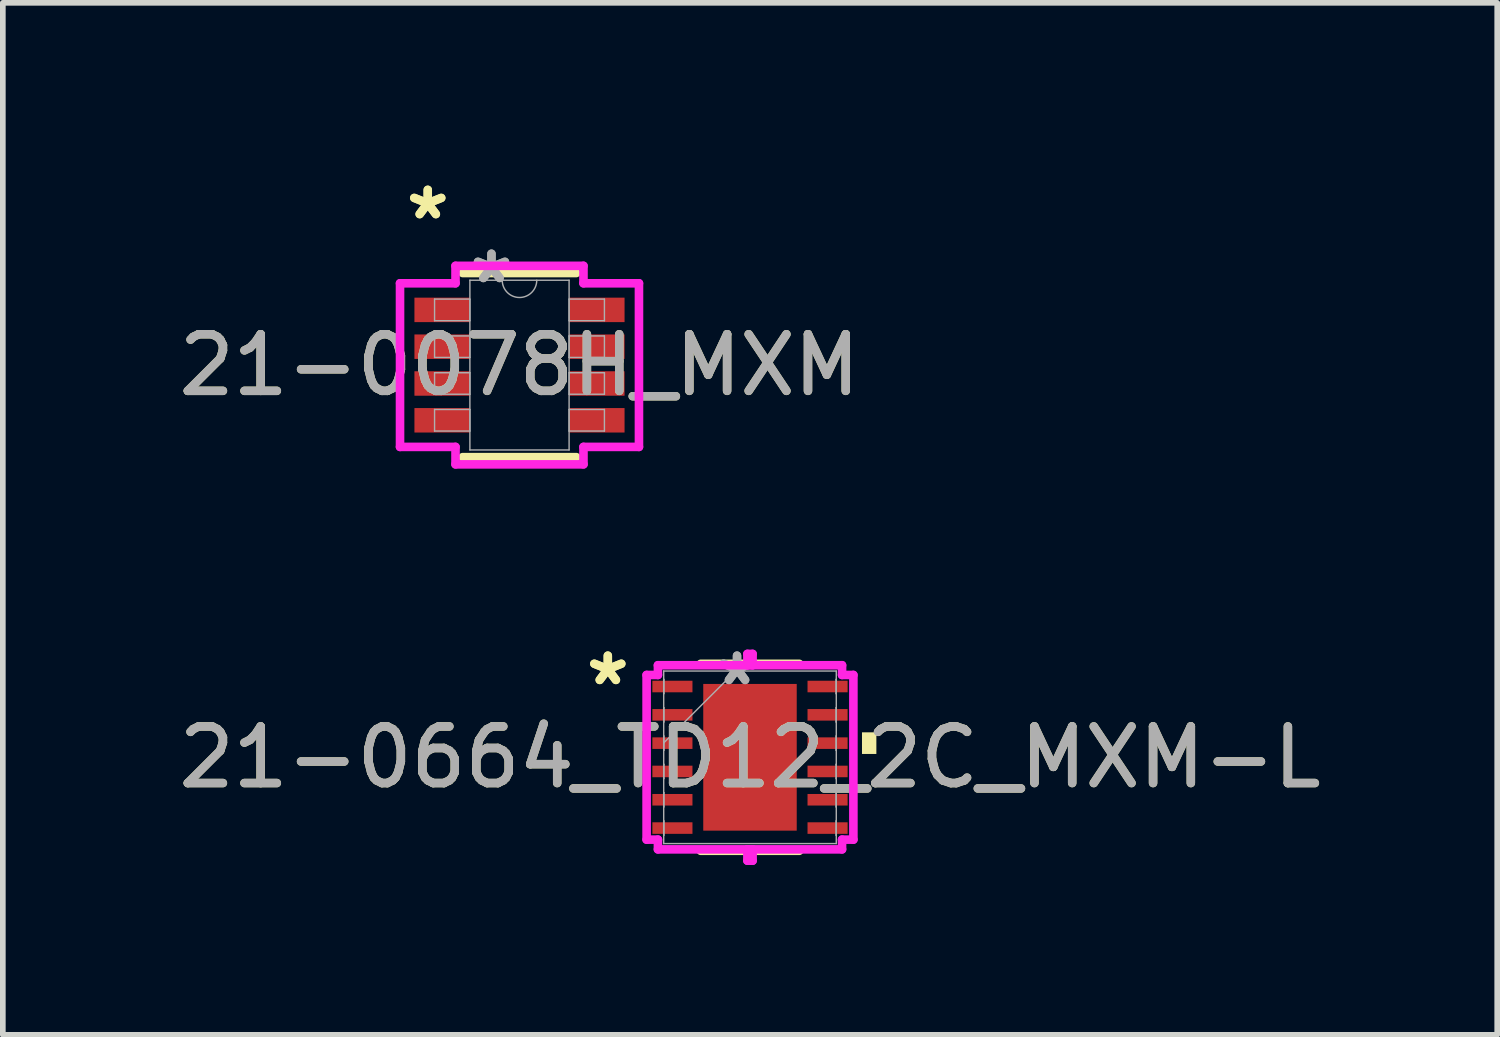
<source format=kicad_pcb>
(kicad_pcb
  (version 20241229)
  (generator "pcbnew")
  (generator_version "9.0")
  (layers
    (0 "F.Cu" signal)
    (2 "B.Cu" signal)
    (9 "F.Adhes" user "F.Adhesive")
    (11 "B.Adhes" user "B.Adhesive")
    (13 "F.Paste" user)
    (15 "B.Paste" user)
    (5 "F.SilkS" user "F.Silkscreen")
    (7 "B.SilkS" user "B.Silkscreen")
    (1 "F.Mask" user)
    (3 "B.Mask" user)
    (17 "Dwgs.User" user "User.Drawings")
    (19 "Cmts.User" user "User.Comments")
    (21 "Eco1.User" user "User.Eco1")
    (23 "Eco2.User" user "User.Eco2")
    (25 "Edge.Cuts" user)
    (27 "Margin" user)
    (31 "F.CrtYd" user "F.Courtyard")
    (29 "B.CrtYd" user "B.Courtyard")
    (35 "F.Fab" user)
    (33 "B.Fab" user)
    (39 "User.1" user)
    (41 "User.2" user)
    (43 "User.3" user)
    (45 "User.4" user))
  (footprint "21-0664_TD12_2C_MXM-L"
    (layer "F.Cu")
    (at 10.196 10.325)
    (property "Reference" "21-0664_TD12_2C_MXM-L" (at 0 0 0) (unlocked yes) (layer "F.SilkS") (effects (font (size 1 1) (thickness 0.15))))
    (attr smd)
    (fp_line (start -0.87 1.651) (end 0.87 1.651) (stroke (width 0.152) (type solid)) (layer "F.SilkS"))
    (fp_line (start 0.87 -1.651) (end -0.87 -1.651) (stroke (width 0.152) (type solid)) (layer "F.SilkS"))
    (fp_poly (pts (xy 2.232 -0.441) (xy 2.232 -0.059) (xy 1.978 -0.059) (xy 1.978 -0.441)) (stroke (width 0) (type solid)) (fill yes) (layer "F.SilkS"))
    (fp_line (start -1.826 -1.454) (end -1.626 -1.454) (stroke (width 0.152) (type solid)) (layer "F.CrtYd"))
    (fp_line (start -1.826 1.454) (end -1.826 -1.454) (stroke (width 0.152) (type solid)) (layer "F.CrtYd"))
    (fp_line (start -1.626 -1.626) (end 0.046 -1.626) (stroke (width 0.152) (type solid)) (layer "F.CrtYd"))
    (fp_line (start -1.626 -1.454) (end -1.626 -1.626) (stroke (width 0.152) (type solid)) (layer "F.CrtYd"))
    (fp_line (start -1.626 1.454) (end -1.826 1.454) (stroke (width 0.152) (type solid)) (layer "F.CrtYd"))
    (fp_line (start -1.626 1.626) (end -1.626 1.454) (stroke (width 0.152) (type solid)) (layer "F.CrtYd"))
    (fp_line (start -0.046 -1.826) (end -0.046 -1.626) (stroke (width 0.152) (type solid)) (layer "F.CrtYd"))
    (fp_line (start -0.046 -1.626) (end 1.626 -1.626) (stroke (width 0.152) (type solid)) (layer "F.CrtYd"))
    (fp_line (start -0.046 1.626) (end -0.046 1.826) (stroke (width 0.152) (type solid)) (layer "F.CrtYd"))
    (fp_line (start -0.046 1.826) (end 0.046 1.826) (stroke (width 0.152) (type solid)) (layer "F.CrtYd"))
    (fp_line (start 0.046 -1.826) (end -0.046 -1.826) (stroke (width 0.152) (type solid)) (layer "F.CrtYd"))
    (fp_line (start 0.046 -1.626) (end 0.046 -1.826) (stroke (width 0.152) (type solid)) (layer "F.CrtYd"))
    (fp_line (start 0.046 1.626) (end -1.626 1.626) (stroke (width 0.152) (type solid)) (layer "F.CrtYd"))
    (fp_line (start 0.046 1.826) (end 0.046 1.626) (stroke (width 0.152) (type solid)) (layer "F.CrtYd"))
    (fp_line (start 1.626 -1.626) (end 1.626 -1.454) (stroke (width 0.152) (type solid)) (layer "F.CrtYd"))
    (fp_line (start 1.626 -1.454) (end 1.826 -1.454) (stroke (width 0.152) (type solid)) (layer "F.CrtYd"))
    (fp_line (start 1.626 1.454) (end 1.626 1.626) (stroke (width 0.152) (type solid)) (layer "F.CrtYd"))
    (fp_line (start 1.626 1.626) (end -0.046 1.626) (stroke (width 0.152) (type solid)) (layer "F.CrtYd"))
    (fp_line (start 1.826 -1.454) (end 1.826 1.454) (stroke (width 0.152) (type solid)) (layer "F.CrtYd"))
    (fp_line (start 1.826 1.454) (end 1.626 1.454) (stroke (width 0.152) (type solid)) (layer "F.CrtYd"))
    (fp_line (start -1.524 -1.524) (end -1.524 1.524) (stroke (width 0.025) (type solid)) (layer "F.Fab"))
    (fp_line (start -1.524 -1.377) (end -1.524 -1.377) (stroke (width 0.025) (type solid)) (layer "F.Fab"))
    (fp_line (start -1.524 -1.377) (end -1.524 -1.123) (stroke (width 0.025) (type solid)) (layer "F.Fab"))
    (fp_line (start -1.524 -1.123) (end -1.524 -1.377) (stroke (width 0.025) (type solid)) (layer "F.Fab"))
    (fp_line (start -1.524 -1.123) (end -1.524 -1.123) (stroke (width 0.025) (type solid)) (layer "F.Fab"))
    (fp_line (start -1.524 -0.877) (end -1.524 -0.877) (stroke (width 0.025) (type solid)) (layer "F.Fab"))
    (fp_line (start -1.524 -0.877) (end -1.524 -0.623) (stroke (width 0.025) (type solid)) (layer "F.Fab"))
    (fp_line (start -1.524 -0.623) (end -1.524 -0.877) (stroke (width 0.025) (type solid)) (layer "F.Fab"))
    (fp_line (start -1.524 -0.623) (end -1.524 -0.623) (stroke (width 0.025) (type solid)) (layer "F.Fab"))
    (fp_line (start -1.524 -0.377) (end -1.524 -0.377) (stroke (width 0.025) (type solid)) (layer "F.Fab"))
    (fp_line (start -1.524 -0.377) (end -1.524 -0.123) (stroke (width 0.025) (type solid)) (layer "F.Fab"))
    (fp_line (start -1.524 -0.254) (end -0.254 -1.524) (stroke (width 0.025) (type solid)) (layer "F.Fab"))
    (fp_line (start -1.524 -0.123) (end -1.524 -0.377) (stroke (width 0.025) (type solid)) (layer "F.Fab"))
    (fp_line (start -1.524 -0.123) (end -1.524 -0.123) (stroke (width 0.025) (type solid)) (layer "F.Fab"))
    (fp_line (start -1.524 0.123) (end -1.524 0.123) (stroke (width 0.025) (type solid)) (layer "F.Fab"))
    (fp_line (start -1.524 0.123) (end -1.524 0.377) (stroke (width 0.025) (type solid)) (layer "F.Fab"))
    (fp_line (start -1.524 0.377) (end -1.524 0.123) (stroke (width 0.025) (type solid)) (layer "F.Fab"))
    (fp_line (start -1.524 0.377) (end -1.524 0.377) (stroke (width 0.025) (type solid)) (layer "F.Fab"))
    (fp_line (start -1.524 0.623) (end -1.524 0.623) (stroke (width 0.025) (type solid)) (layer "F.Fab"))
    (fp_line (start -1.524 0.623) (end -1.524 0.877) (stroke (width 0.025) (type solid)) (layer "F.Fab"))
    (fp_line (start -1.524 0.877) (end -1.524 0.623) (stroke (width 0.025) (type solid)) (layer "F.Fab"))
    (fp_line (start -1.524 0.877) (end -1.524 0.877) (stroke (width 0.025) (type solid)) (layer "F.Fab"))
    (fp_line (start -1.524 1.123) (end -1.524 1.123) (stroke (width 0.025) (type solid)) (layer "F.Fab"))
    (fp_line (start -1.524 1.123) (end -1.524 1.377) (stroke (width 0.025) (type solid)) (layer "F.Fab"))
    (fp_line (start -1.524 1.377) (end -1.524 1.123) (stroke (width 0.025) (type solid)) (layer "F.Fab"))
    (fp_line (start -1.524 1.377) (end -1.524 1.377) (stroke (width 0.025) (type solid)) (layer "F.Fab"))
    (fp_line (start -1.524 1.524) (end 1.524 1.524) (stroke (width 0.025) (type solid)) (layer "F.Fab"))
    (fp_line (start 1.524 -1.524) (end -1.524 -1.524) (stroke (width 0.025) (type solid)) (layer "F.Fab"))
    (fp_line (start 1.524 -1.377) (end 1.524 -1.377) (stroke (width 0.025) (type solid)) (layer "F.Fab"))
    (fp_line (start 1.524 -1.377) (end 1.524 -1.123) (stroke (width 0.025) (type solid)) (layer "F.Fab"))
    (fp_line (start 1.524 -1.123) (end 1.524 -1.377) (stroke (width 0.025) (type solid)) (layer "F.Fab"))
    (fp_line (start 1.524 -1.123) (end 1.524 -1.123) (stroke (width 0.025) (type solid)) (layer "F.Fab"))
    (fp_line (start 1.524 -0.877) (end 1.524 -0.877) (stroke (width 0.025) (type solid)) (layer "F.Fab"))
    (fp_line (start 1.524 -0.877) (end 1.524 -0.623) (stroke (width 0.025) (type solid)) (layer "F.Fab"))
    (fp_line (start 1.524 -0.623) (end 1.524 -0.877) (stroke (width 0.025) (type solid)) (layer "F.Fab"))
    (fp_line (start 1.524 -0.623) (end 1.524 -0.623) (stroke (width 0.025) (type solid)) (layer "F.Fab"))
    (fp_line (start 1.524 -0.377) (end 1.524 -0.377) (stroke (width 0.025) (type solid)) (layer "F.Fab"))
    (fp_line (start 1.524 -0.377) (end 1.524 -0.123) (stroke (width 0.025) (type solid)) (layer "F.Fab"))
    (fp_line (start 1.524 -0.123) (end 1.524 -0.377) (stroke (width 0.025) (type solid)) (layer "F.Fab"))
    (fp_line (start 1.524 -0.123) (end 1.524 -0.123) (stroke (width 0.025) (type solid)) (layer "F.Fab"))
    (fp_line (start 1.524 0.123) (end 1.524 0.123) (stroke (width 0.025) (type solid)) (layer "F.Fab"))
    (fp_line (start 1.524 0.123) (end 1.524 0.377) (stroke (width 0.025) (type solid)) (layer "F.Fab"))
    (fp_line (start 1.524 0.377) (end 1.524 0.123) (stroke (width 0.025) (type solid)) (layer "F.Fab"))
    (fp_line (start 1.524 0.377) (end 1.524 0.377) (stroke (width 0.025) (type solid)) (layer "F.Fab"))
    (fp_line (start 1.524 0.623) (end 1.524 0.623) (stroke (width 0.025) (type solid)) (layer "F.Fab"))
    (fp_line (start 1.524 0.623) (end 1.524 0.877) (stroke (width 0.025) (type solid)) (layer "F.Fab"))
    (fp_line (start 1.524 0.877) (end 1.524 0.623) (stroke (width 0.025) (type solid)) (layer "F.Fab"))
    (fp_line (start 1.524 0.877) (end 1.524 0.877) (stroke (width 0.025) (type solid)) (layer "F.Fab"))
    (fp_line (start 1.524 1.123) (end 1.524 1.123) (stroke (width 0.025) (type solid)) (layer "F.Fab"))
    (fp_line (start 1.524 1.123) (end 1.524 1.377) (stroke (width 0.025) (type solid)) (layer "F.Fab"))
    (fp_line (start 1.524 1.377) (end 1.524 1.123) (stroke (width 0.025) (type solid)) (layer "F.Fab"))
    (fp_line (start 1.524 1.377) (end 1.524 1.377) (stroke (width 0.025) (type solid)) (layer "F.Fab"))
    (fp_line (start 1.524 1.524) (end 1.524 -1.524) (stroke (width 0.025) (type solid)) (layer "F.Fab"))
    (fp_text user "*" (at -2.511 -1.25 0) (unlocked yes) (layer "F.SilkS") (effects (font (size 1 1) (thickness 0.15))))
    (fp_text user "*" (at -2.511 -1.25 0) (layer "F.SilkS") (effects (font (size 1 1) (thickness 0.15))))
    (fp_text user "${REFERENCE}" (at 0 0 0) (unlocked yes) (layer "F.Fab") (effects (font (size 1 1) (thickness 0.15))))
    (fp_text user "*" (at -0.229 -1.25 0) (unlocked yes) (layer "F.Fab") (effects (font (size 1 1) (thickness 0.15))))
    (fp_text user "*" (at -0.229 -1.25 0) (layer "F.Fab") (effects (font (size 1 1) (thickness 0.15))))
    (pad "1" smd rect (at -1.37 -1.25 90) (size 0.204 0.708) (layers "F.Cu" "F.Mask" "F.Paste"))
    (pad "2" smd rect (at -1.37 -0.75 90) (size 0.204 0.708) (layers "F.Cu" "F.Mask" "F.Paste"))
    (pad "3" smd rect (at -1.37 -0.25 90) (size 0.204 0.708) (layers "F.Cu" "F.Mask" "F.Paste"))
    (pad "4" smd rect (at -1.37 0.25 90) (size 0.204 0.708) (layers "F.Cu" "F.Mask" "F.Paste"))
    (pad "5" smd rect (at -1.37 0.75 90) (size 0.204 0.708) (layers "F.Cu" "F.Mask" "F.Paste"))
    (pad "6" smd rect (at -1.37 1.25 90) (size 0.204 0.708) (layers "F.Cu" "F.Mask" "F.Paste"))
    (pad "7" smd rect (at 1.37 1.25 90) (size 0.204 0.708) (layers "F.Cu" "F.Mask" "F.Paste"))
    (pad "8" smd rect (at 1.37 0.75 90) (size 0.204 0.708) (layers "F.Cu" "F.Mask" "F.Paste"))
    (pad "9" smd rect (at 1.37 0.25 90) (size 0.204 0.708) (layers "F.Cu" "F.Mask" "F.Paste"))
    (pad "10" smd rect (at 1.37 -0.25 90) (size 0.204 0.708) (layers "F.Cu" "F.Mask" "F.Paste"))
    (pad "11" smd rect (at 1.37 -0.75 90) (size 0.204 0.708) (layers "F.Cu" "F.Mask" "F.Paste"))
    (pad "12" smd rect (at 1.37 -1.25 90) (size 0.204 0.708) (layers "F.Cu" "F.Mask" "F.Paste"))
    (pad "13" smd rect (at 0 0) (size 1.651 2.591) (layers "F.Cu" "F.Mask" "F.Paste")))
  (footprint "21-0078H_MXM"
    (layer "F.Cu")
    (at 6.125 3.398)
    (property "Reference" "21-0078H_MXM" (at 0 0 0) (unlocked yes) (layer "F.SilkS") (effects (font (size 1 1) (thickness 0.15))))
    (attr smd)
    (fp_line (start -1.003 1.626) (end 1.003 1.626) (stroke (width 0.152) (type solid)) (layer "F.SilkS"))
    (fp_line (start 1.003 -1.626) (end -1.003 -1.626) (stroke (width 0.152) (type solid)) (layer "F.SilkS"))
    (fp_line (start -2.11 -1.445) (end -1.13 -1.445) (stroke (width 0.152) (type solid)) (layer "F.CrtYd"))
    (fp_line (start -2.11 1.445) (end -2.11 -1.445) (stroke (width 0.152) (type solid)) (layer "F.CrtYd"))
    (fp_line (start -2.11 1.445) (end -1.13 1.445) (stroke (width 0.152) (type solid)) (layer "F.CrtYd"))
    (fp_line (start -1.13 -1.753) (end 1.13 -1.753) (stroke (width 0.152) (type solid)) (layer "F.CrtYd"))
    (fp_line (start -1.13 -1.445) (end -1.13 -1.753) (stroke (width 0.152) (type solid)) (layer "F.CrtYd"))
    (fp_line (start -1.13 1.753) (end -1.13 1.445) (stroke (width 0.152) (type solid)) (layer "F.CrtYd"))
    (fp_line (start 1.13 -1.753) (end 1.13 -1.445) (stroke (width 0.152) (type solid)) (layer "F.CrtYd"))
    (fp_line (start 1.13 1.445) (end 1.13 1.753) (stroke (width 0.152) (type solid)) (layer "F.CrtYd"))
    (fp_line (start 1.13 1.753) (end -1.13 1.753) (stroke (width 0.152) (type solid)) (layer "F.CrtYd"))
    (fp_line (start 2.11 -1.445) (end 1.13 -1.445) (stroke (width 0.152) (type solid)) (layer "F.CrtYd"))
    (fp_line (start 2.11 -1.445) (end 2.11 1.445) (stroke (width 0.152) (type solid)) (layer "F.CrtYd"))
    (fp_line (start 2.11 1.445) (end 1.13 1.445) (stroke (width 0.152) (type solid)) (layer "F.CrtYd"))
    (fp_line (start -1.5 -1.165) (end -1.5 -0.784) (stroke (width 0.025) (type solid)) (layer "F.Fab"))
    (fp_line (start -1.5 -0.784) (end -0.876 -0.784) (stroke (width 0.025) (type solid)) (layer "F.Fab"))
    (fp_line (start -1.5 -0.515) (end -1.5 -0.135) (stroke (width 0.025) (type solid)) (layer "F.Fab"))
    (fp_line (start -1.5 -0.135) (end -0.876 -0.135) (stroke (width 0.025) (type solid)) (layer "F.Fab"))
    (fp_line (start -1.5 0.135) (end -1.5 0.515) (stroke (width 0.025) (type solid)) (layer "F.Fab"))
    (fp_line (start -1.5 0.515) (end -0.876 0.515) (stroke (width 0.025) (type solid)) (layer "F.Fab"))
    (fp_line (start -1.5 0.784) (end -1.5 1.165) (stroke (width 0.025) (type solid)) (layer "F.Fab"))
    (fp_line (start -1.5 1.165) (end -0.876 1.165) (stroke (width 0.025) (type solid)) (layer "F.Fab"))
    (fp_line (start -0.876 -1.499) (end -0.876 1.499) (stroke (width 0.025) (type solid)) (layer "F.Fab"))
    (fp_line (start -0.876 -1.165) (end -1.5 -1.165) (stroke (width 0.025) (type solid)) (layer "F.Fab"))
    (fp_line (start -0.876 -0.784) (end -0.876 -1.165) (stroke (width 0.025) (type solid)) (layer "F.Fab"))
    (fp_line (start -0.876 -0.515) (end -1.5 -0.515) (stroke (width 0.025) (type solid)) (layer "F.Fab"))
    (fp_line (start -0.876 -0.135) (end -0.876 -0.515) (stroke (width 0.025) (type solid)) (layer "F.Fab"))
    (fp_line (start -0.876 0.135) (end -1.5 0.135) (stroke (width 0.025) (type solid)) (layer "F.Fab"))
    (fp_line (start -0.876 0.515) (end -0.876 0.135) (stroke (width 0.025) (type solid)) (layer "F.Fab"))
    (fp_line (start -0.876 0.784) (end -1.5 0.784) (stroke (width 0.025) (type solid)) (layer "F.Fab"))
    (fp_line (start -0.876 1.165) (end -0.876 0.784) (stroke (width 0.025) (type solid)) (layer "F.Fab"))
    (fp_line (start -0.876 1.499) (end 0.876 1.499) (stroke (width 0.025) (type solid)) (layer "F.Fab"))
    (fp_line (start 0.876 -1.499) (end -0.876 -1.499) (stroke (width 0.025) (type solid)) (layer "F.Fab"))
    (fp_line (start 0.876 -1.165) (end 0.876 -0.784) (stroke (width 0.025) (type solid)) (layer "F.Fab"))
    (fp_line (start 0.876 -0.784) (end 1.5 -0.784) (stroke (width 0.025) (type solid)) (layer "F.Fab"))
    (fp_line (start 0.876 -0.515) (end 0.876 -0.135) (stroke (width 0.025) (type solid)) (layer "F.Fab"))
    (fp_line (start 0.876 -0.135) (end 1.5 -0.135) (stroke (width 0.025) (type solid)) (layer "F.Fab"))
    (fp_line (start 0.876 0.135) (end 0.876 0.515) (stroke (width 0.025) (type solid)) (layer "F.Fab"))
    (fp_line (start 0.876 0.515) (end 1.5 0.515) (stroke (width 0.025) (type solid)) (layer "F.Fab"))
    (fp_line (start 0.876 0.784) (end 0.876 1.165) (stroke (width 0.025) (type solid)) (layer "F.Fab"))
    (fp_line (start 0.876 1.165) (end 1.5 1.165) (stroke (width 0.025) (type solid)) (layer "F.Fab"))
    (fp_line (start 0.876 1.499) (end 0.876 -1.499) (stroke (width 0.025) (type solid)) (layer "F.Fab"))
    (fp_line (start 1.5 -1.165) (end 0.876 -1.165) (stroke (width 0.025) (type solid)) (layer "F.Fab"))
    (fp_line (start 1.5 -0.784) (end 1.5 -1.165) (stroke (width 0.025) (type solid)) (layer "F.Fab"))
    (fp_line (start 1.5 -0.515) (end 0.876 -0.515) (stroke (width 0.025) (type solid)) (layer "F.Fab"))
    (fp_line (start 1.5 -0.135) (end 1.5 -0.515) (stroke (width 0.025) (type solid)) (layer "F.Fab"))
    (fp_line (start 1.5 0.135) (end 0.876 0.135) (stroke (width 0.025) (type solid)) (layer "F.Fab"))
    (fp_line (start 1.5 0.515) (end 1.5 0.135) (stroke (width 0.025) (type solid)) (layer "F.Fab"))
    (fp_line (start 1.5 0.784) (end 0.876 0.784) (stroke (width 0.025) (type solid)) (layer "F.Fab"))
    (fp_line (start 1.5 1.165) (end 1.5 0.784) (stroke (width 0.025) (type solid)) (layer "F.Fab"))
    (fp_arc (start 0.3048 -1.4986) (mid 0 -1.1938) (end -0.3048 -1.4986) (stroke (width 0.0254) (type solid)) (layer "F.Fab"))
    (fp_text user "*" (at -1.62 -2.55 0) (layer "F.SilkS") (effects (font (size 1 1) (thickness 0.15))))
    (fp_text user "*" (at -1.62 -2.55 0) (unlocked yes) (layer "F.SilkS") (effects (font (size 1 1) (thickness 0.15))))
    (fp_text user "*" (at -0.495 -1.422 0) (layer "F.Fab") (effects (font (size 1 1) (thickness 0.15))))
    (fp_text user "${REFERENCE}" (at 0 0 0) (unlocked yes) (layer "F.Fab") (effects (font (size 1 1) (thickness 0.15))))
    (fp_text user "*" (at -0.495 -1.422 0) (unlocked yes) (layer "F.Fab") (effects (font (size 1 1) (thickness 0.15))))
    (pad "1" smd rect (at -1.366 -0.975) (size 0.979 0.432) (layers "F.Cu" "F.Mask" "F.Paste"))
    (pad "2" smd rect (at -1.366 -0.325) (size 0.979 0.432) (layers "F.Cu" "F.Mask" "F.Paste"))
    (pad "3" smd rect (at -1.366 0.325) (size 0.979 0.432) (layers "F.Cu" "F.Mask" "F.Paste"))
    (pad "4" smd rect (at -1.366 0.975) (size 0.979 0.432) (layers "F.Cu" "F.Mask" "F.Paste"))
    (pad "5" smd rect (at 1.366 0.975) (size 0.979 0.432) (layers "F.Cu" "F.Mask" "F.Paste"))
    (pad "6" smd rect (at 1.366 0.325) (size 0.979 0.432) (layers "F.Cu" "F.Mask" "F.Paste"))
    (pad "7" smd rect (at 1.366 -0.325) (size 0.979 0.432) (layers "F.Cu" "F.Mask" "F.Paste"))
    (pad "8" smd rect (at 1.366 -0.975) (size 0.979 0.432) (layers "F.Cu" "F.Mask" "F.Paste")))
  (gr_rect
    (start -3 -3)
    (end 23.393 15.227)
    (stroke (width 0.1) (type default))
    (fill no)
    (layer "Edge.Cuts")))
</source>
